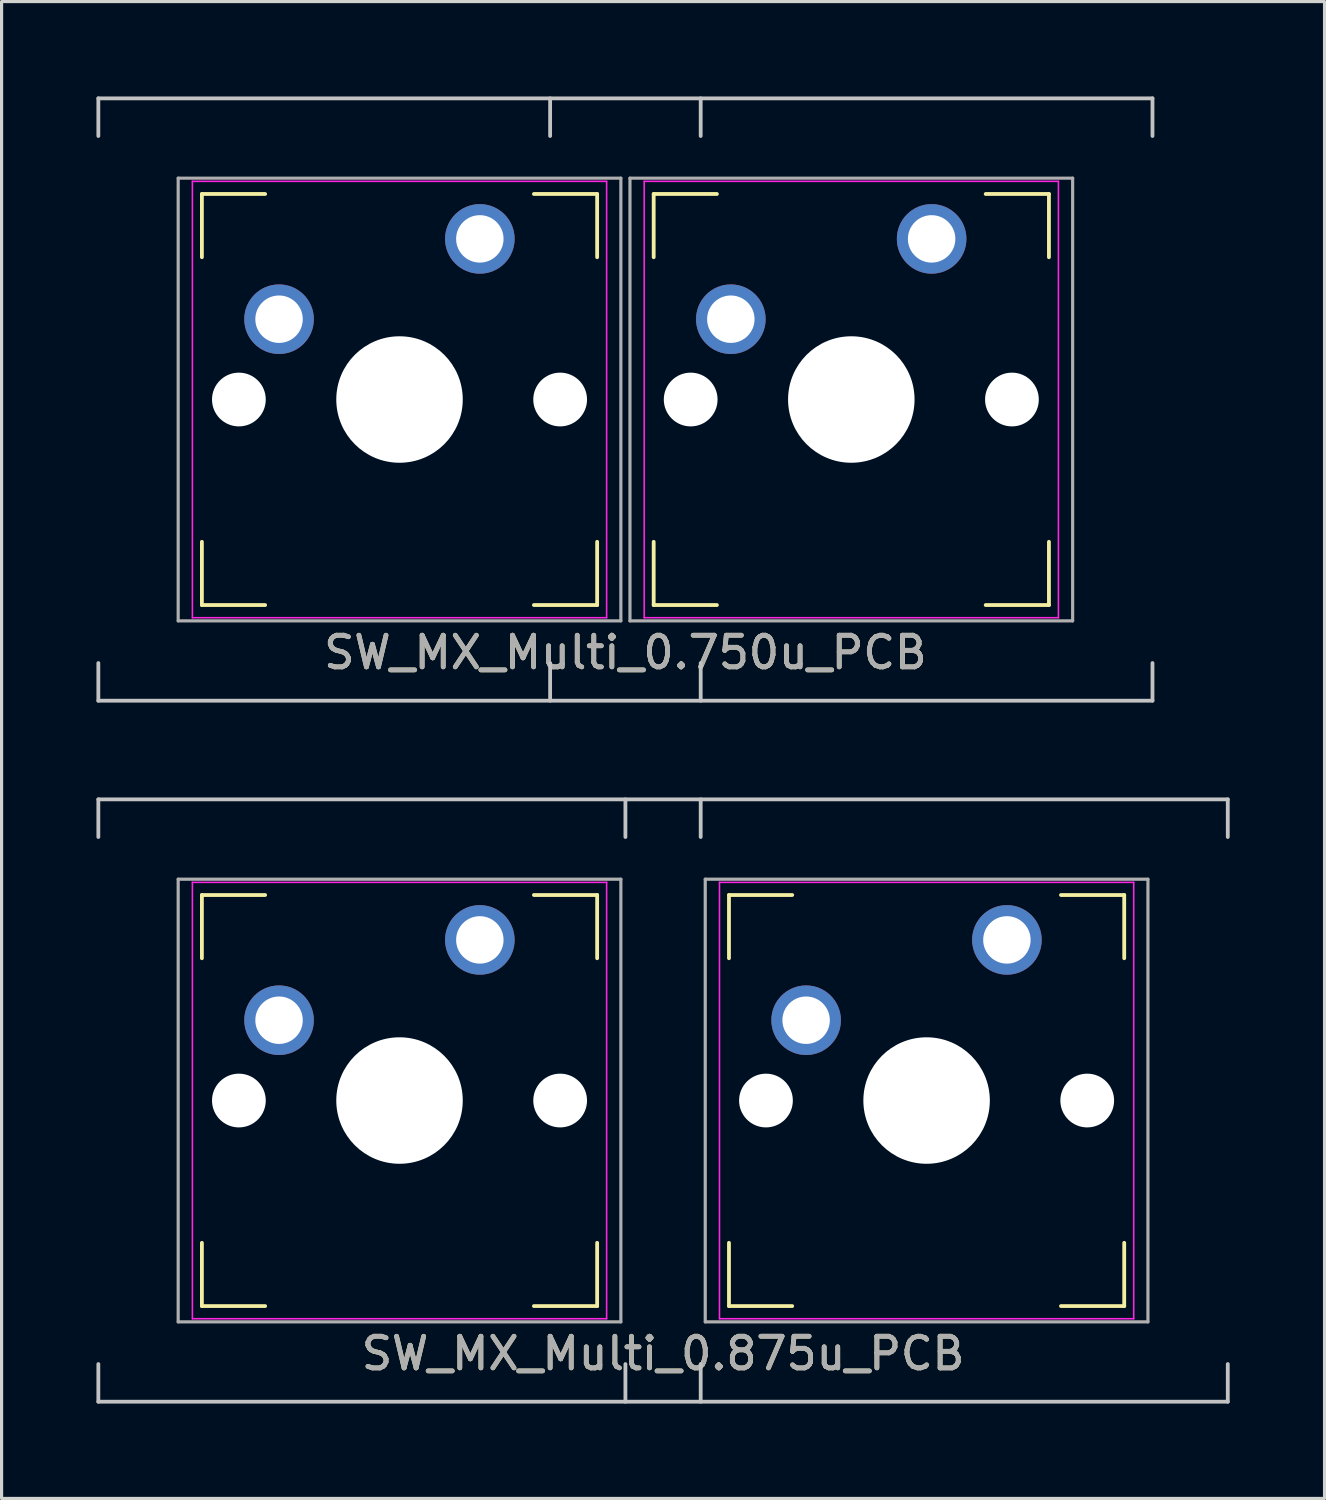
<source format=kicad_pcb>
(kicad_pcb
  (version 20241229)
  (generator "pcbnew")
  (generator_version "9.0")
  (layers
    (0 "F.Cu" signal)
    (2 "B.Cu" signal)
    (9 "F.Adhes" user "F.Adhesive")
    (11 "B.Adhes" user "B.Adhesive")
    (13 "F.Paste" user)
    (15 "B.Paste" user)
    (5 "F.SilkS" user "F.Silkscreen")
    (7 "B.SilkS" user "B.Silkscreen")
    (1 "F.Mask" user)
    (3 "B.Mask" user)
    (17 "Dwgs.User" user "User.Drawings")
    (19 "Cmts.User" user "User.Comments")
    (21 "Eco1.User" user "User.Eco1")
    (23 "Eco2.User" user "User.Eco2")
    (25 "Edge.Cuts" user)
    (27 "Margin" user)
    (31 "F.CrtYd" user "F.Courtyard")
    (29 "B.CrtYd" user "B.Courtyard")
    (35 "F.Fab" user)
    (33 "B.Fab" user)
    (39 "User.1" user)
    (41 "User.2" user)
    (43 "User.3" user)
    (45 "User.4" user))
  (footprint "SW_MX_Multi_0.875u_PCB"
    (layer "F.Cu")
    (at 16.729 31.755)
    (property "Reference" "SW_MX_Multi_0.875u_PCB" (at 1.191 8 0) (layer "F.SilkS") (effects (font (size 1 1) (thickness 0.15))))
    (attr through_hole)
    (fp_line (start -13.394 -6.5) (end -11.394 -6.5) (stroke (width 0.12) (type solid)) (layer "F.SilkS"))
    (fp_line (start -13.394 -4.5) (end -13.394 -6.5) (stroke (width 0.12) (type solid)) (layer "F.SilkS"))
    (fp_line (start -13.394 6.5) (end -13.394 4.5) (stroke (width 0.12) (type solid)) (layer "F.SilkS"))
    (fp_line (start -13.394 6.5) (end -11.394 6.5) (stroke (width 0.12) (type solid)) (layer "F.SilkS"))
    (fp_line (start -2.894 -6.5) (end -0.894 -6.5) (stroke (width 0.12) (type solid)) (layer "F.SilkS"))
    (fp_line (start -2.894 6.5) (end -0.894 6.5) (stroke (width 0.12) (type solid)) (layer "F.SilkS"))
    (fp_line (start -0.894 -4.5) (end -0.894 -6.5) (stroke (width 0.12) (type solid)) (layer "F.SilkS"))
    (fp_line (start -0.894 6.5) (end -0.894 4.5) (stroke (width 0.12) (type solid)) (layer "F.SilkS"))
    (fp_line (start 3.275 -6.5) (end 5.275 -6.5) (stroke (width 0.12) (type solid)) (layer "F.SilkS"))
    (fp_line (start 3.275 -4.5) (end 3.275 -6.5) (stroke (width 0.12) (type solid)) (layer "F.SilkS"))
    (fp_line (start 3.275 6.5) (end 3.275 4.5) (stroke (width 0.12) (type solid)) (layer "F.SilkS"))
    (fp_line (start 3.275 6.5) (end 5.275 6.5) (stroke (width 0.12) (type solid)) (layer "F.SilkS"))
    (fp_line (start 13.775 -6.5) (end 15.775 -6.5) (stroke (width 0.12) (type solid)) (layer "F.SilkS"))
    (fp_line (start 13.775 6.5) (end 15.775 6.5) (stroke (width 0.12) (type solid)) (layer "F.SilkS"))
    (fp_line (start 15.775 -4.5) (end 15.775 -6.5) (stroke (width 0.12) (type solid)) (layer "F.SilkS"))
    (fp_line (start 15.775 6.5) (end 15.775 4.5) (stroke (width 0.12) (type solid)) (layer "F.SilkS"))
    (fp_line (start -16.669 -9.525) (end 19.05 -9.525) (stroke (width 0.12) (type solid)) (layer "Dwgs.User"))
    (fp_line (start -16.669 -8.334) (end -16.669 -9.525) (stroke (width 0.12) (type solid)) (layer "Dwgs.User"))
    (fp_line (start -16.669 9.525) (end -16.669 8.334) (stroke (width 0.12) (type solid)) (layer "Dwgs.User"))
    (fp_line (start 0 -9.525) (end 0 -8.334) (stroke (width 0.12) (type solid)) (layer "Dwgs.User"))
    (fp_line (start 0 9.525) (end 0 8.334) (stroke (width 0.12) (type solid)) (layer "Dwgs.User"))
    (fp_line (start 2.381 -9.525) (end 2.381 -8.334) (stroke (width 0.12) (type solid)) (layer "Dwgs.User"))
    (fp_line (start 2.381 9.525) (end 2.381 8.334) (stroke (width 0.12) (type solid)) (layer "Dwgs.User"))
    (fp_line (start 19.05 -9.525) (end 19.05 -8.334) (stroke (width 0.12) (type solid)) (layer "Dwgs.User"))
    (fp_line (start 19.05 9.525) (end -16.669 9.525) (stroke (width 0.12) (type solid)) (layer "Dwgs.User"))
    (fp_line (start 19.05 9.525) (end 19.05 8.334) (stroke (width 0.12) (type solid)) (layer "Dwgs.User"))
    (fp_line (start -13.694 -6.9) (end -0.594 -6.9) (stroke (width 0.05) (type solid)) (layer "F.CrtYd"))
    (fp_line (start -13.694 6.9) (end -13.694 -6.9) (stroke (width 0.05) (type solid)) (layer "F.CrtYd"))
    (fp_line (start -0.594 -6.9) (end -0.594 6.9) (stroke (width 0.05) (type solid)) (layer "F.CrtYd"))
    (fp_line (start -0.594 6.9) (end -13.694 6.9) (stroke (width 0.05) (type solid)) (layer "F.CrtYd"))
    (fp_line (start 2.975 -6.9) (end 16.075 -6.9) (stroke (width 0.05) (type solid)) (layer "F.CrtYd"))
    (fp_line (start 2.975 6.9) (end 2.975 -6.9) (stroke (width 0.05) (type solid)) (layer "F.CrtYd"))
    (fp_line (start 16.075 -6.9) (end 16.075 6.9) (stroke (width 0.05) (type solid)) (layer "F.CrtYd"))
    (fp_line (start 16.075 6.9) (end 2.975 6.9) (stroke (width 0.05) (type solid)) (layer "F.CrtYd"))
    (fp_line (start -14.144 -7) (end -0.144 -7) (stroke (width 0.1) (type solid)) (layer "F.Fab"))
    (fp_line (start -14.144 7) (end -14.144 -7) (stroke (width 0.1) (type solid)) (layer "F.Fab"))
    (fp_line (start -0.144 -7) (end -0.144 7) (stroke (width 0.1) (type solid)) (layer "F.Fab"))
    (fp_line (start -0.144 7) (end -14.144 7) (stroke (width 0.1) (type solid)) (layer "F.Fab"))
    (fp_line (start 2.525 -7) (end 16.525 -7) (stroke (width 0.1) (type solid)) (layer "F.Fab"))
    (fp_line (start 2.525 7) (end 2.525 -7) (stroke (width 0.1) (type solid)) (layer "F.Fab"))
    (fp_line (start 16.525 -7) (end 16.525 7) (stroke (width 0.1) (type solid)) (layer "F.Fab"))
    (fp_line (start 16.525 7) (end 2.525 7) (stroke (width 0.1) (type solid)) (layer "F.Fab"))
    (fp_text user "${REFERENCE}" (at 1.191 8 0) (layer "F.Fab") (effects (font (size 1 1) (thickness 0.15))))
    (pad "" np_thru_hole circle (at -12.224 0) (size 1.7 1.7) (drill 1.7) (layers "*.Cu" "*.Mask"))
    (pad "" np_thru_hole circle (at -7.144 0) (size 4 4) (drill 4) (layers "*.Cu" "*.Mask"))
    (pad "" np_thru_hole circle (at -2.064 0) (size 1.7 1.7) (drill 1.7) (layers "*.Cu" "*.Mask"))
    (pad "" np_thru_hole circle (at 4.445 0) (size 1.7 1.7) (drill 1.7) (layers "*.Cu" "*.Mask"))
    (pad "" np_thru_hole circle (at 9.525 0) (size 4 4) (drill 4) (layers "*.Cu" "*.Mask"))
    (pad "" np_thru_hole circle (at 14.605 0) (size 1.7 1.7) (drill 1.7) (layers "*.Cu" "*.Mask"))
    (pad "1" thru_hole circle (at -4.604 -5.08) (size 2.2 2.2) (drill 1.5) (layers "*.Cu" "*.Mask"))
    (pad "1" thru_hole circle (at 12.065 -5.08) (size 2.2 2.2) (drill 1.5) (layers "*.Cu" "*.Mask"))
    (pad "2" thru_hole circle (at -10.954 -2.54) (size 2.2 2.2) (drill 1.5) (layers "*.Cu" "*.Mask"))
    (pad "2" thru_hole circle (at 5.715 -2.54) (size 2.2 2.2) (drill 1.5) (layers "*.Cu" "*.Mask")))
  (footprint "SW_MX_Multi_0.750u_PCB"
    (layer "F.Cu")
    (at 16.729 9.585)
    (property "Reference" "SW_MX_Multi_0.750u_PCB" (at 0.000005 8 0) (layer "F.SilkS") (effects (font (size 1 1) (thickness 0.15))))
    (attr through_hole)
    (fp_line (start -13.394 -6.5) (end -11.394 -6.5) (stroke (width 0.12) (type solid)) (layer "F.SilkS"))
    (fp_line (start -13.394 -4.5) (end -13.394 -6.5) (stroke (width 0.12) (type solid)) (layer "F.SilkS"))
    (fp_line (start -13.394 6.5) (end -13.394 4.5) (stroke (width 0.12) (type solid)) (layer "F.SilkS"))
    (fp_line (start -13.394 6.5) (end -11.394 6.5) (stroke (width 0.12) (type solid)) (layer "F.SilkS"))
    (fp_line (start -2.894 -6.5) (end -0.894 -6.5) (stroke (width 0.12) (type solid)) (layer "F.SilkS"))
    (fp_line (start -2.894 6.5) (end -0.894 6.5) (stroke (width 0.12) (type solid)) (layer "F.SilkS"))
    (fp_line (start -0.894 -4.5) (end -0.894 -6.5) (stroke (width 0.12) (type solid)) (layer "F.SilkS"))
    (fp_line (start -0.894 6.5) (end -0.894 4.5) (stroke (width 0.12) (type solid)) (layer "F.SilkS"))
    (fp_line (start 0.894 -6.5) (end 2.894 -6.5) (stroke (width 0.12) (type solid)) (layer "F.SilkS"))
    (fp_line (start 0.894 -4.5) (end 0.894 -6.5) (stroke (width 0.12) (type solid)) (layer "F.SilkS"))
    (fp_line (start 0.894 6.5) (end 0.894 4.5) (stroke (width 0.12) (type solid)) (layer "F.SilkS"))
    (fp_line (start 0.894 6.5) (end 2.894 6.5) (stroke (width 0.12) (type solid)) (layer "F.SilkS"))
    (fp_line (start 11.394 -6.5) (end 13.394 -6.5) (stroke (width 0.12) (type solid)) (layer "F.SilkS"))
    (fp_line (start 11.394 6.5) (end 13.394 6.5) (stroke (width 0.12) (type solid)) (layer "F.SilkS"))
    (fp_line (start 13.394 -4.5) (end 13.394 -6.5) (stroke (width 0.12) (type solid)) (layer "F.SilkS"))
    (fp_line (start 13.394 6.5) (end 13.394 4.5) (stroke (width 0.12) (type solid)) (layer "F.SilkS"))
    (fp_line (start -16.669 -9.525) (end 16.669 -9.525) (stroke (width 0.12) (type solid)) (layer "Dwgs.User"))
    (fp_line (start -16.669 -8.334) (end -16.669 -9.525) (stroke (width 0.12) (type solid)) (layer "Dwgs.User"))
    (fp_line (start -16.669 9.525) (end -16.669 8.334) (stroke (width 0.12) (type solid)) (layer "Dwgs.User"))
    (fp_line (start -2.381 -9.525) (end -2.381 -8.334) (stroke (width 0.12) (type solid)) (layer "Dwgs.User"))
    (fp_line (start -2.381 9.525) (end -2.381 8.334) (stroke (width 0.12) (type solid)) (layer "Dwgs.User"))
    (fp_line (start 2.381 -9.525) (end 2.381 -8.334) (stroke (width 0.12) (type solid)) (layer "Dwgs.User"))
    (fp_line (start 2.381 9.525) (end 2.381 8.334) (stroke (width 0.12) (type solid)) (layer "Dwgs.User"))
    (fp_line (start 16.669 -9.525) (end 16.669 -8.334) (stroke (width 0.12) (type solid)) (layer "Dwgs.User"))
    (fp_line (start 16.669 9.525) (end -16.669 9.525) (stroke (width 0.12) (type solid)) (layer "Dwgs.User"))
    (fp_line (start 16.669 9.525) (end 16.669 8.334) (stroke (width 0.12) (type solid)) (layer "Dwgs.User"))
    (fp_line (start -13.694 -6.9) (end -0.594 -6.9) (stroke (width 0.05) (type solid)) (layer "F.CrtYd"))
    (fp_line (start -13.694 6.9) (end -13.694 -6.9) (stroke (width 0.05) (type solid)) (layer "F.CrtYd"))
    (fp_line (start -0.594 -6.9) (end -0.594 6.9) (stroke (width 0.05) (type solid)) (layer "F.CrtYd"))
    (fp_line (start -0.594 6.9) (end -13.694 6.9) (stroke (width 0.05) (type solid)) (layer "F.CrtYd"))
    (fp_line (start 0.594 -6.9) (end 13.694 -6.9) (stroke (width 0.05) (type solid)) (layer "F.CrtYd"))
    (fp_line (start 0.594 6.9) (end 0.594 -6.9) (stroke (width 0.05) (type solid)) (layer "F.CrtYd"))
    (fp_line (start 13.694 -6.9) (end 13.694 6.9) (stroke (width 0.05) (type solid)) (layer "F.CrtYd"))
    (fp_line (start 13.694 6.9) (end 0.594 6.9) (stroke (width 0.05) (type solid)) (layer "F.CrtYd"))
    (fp_line (start -14.144 -7) (end -0.144 -7) (stroke (width 0.1) (type solid)) (layer "F.Fab"))
    (fp_line (start -14.144 7) (end -14.144 -7) (stroke (width 0.1) (type solid)) (layer "F.Fab"))
    (fp_line (start -0.144 -7) (end -0.144 7) (stroke (width 0.1) (type solid)) (layer "F.Fab"))
    (fp_line (start -0.144 7) (end -14.144 7) (stroke (width 0.1) (type solid)) (layer "F.Fab"))
    (fp_line (start 0.144 -7) (end 14.144 -7) (stroke (width 0.1) (type solid)) (layer "F.Fab"))
    (fp_line (start 0.144 7) (end 0.144 -7) (stroke (width 0.1) (type solid)) (layer "F.Fab"))
    (fp_line (start 14.144 -7) (end 14.144 7) (stroke (width 0.1) (type solid)) (layer "F.Fab"))
    (fp_line (start 14.144 7) (end 0.144 7) (stroke (width 0.1) (type solid)) (layer "F.Fab"))
    (fp_text user "${REFERENCE}" (at 0 8 0) (layer "F.Fab") (effects (font (size 1 1) (thickness 0.15))))
    (pad "" np_thru_hole circle (at -12.224 0) (size 1.7 1.7) (drill 1.7) (layers "*.Cu" "*.Mask"))
    (pad "" np_thru_hole circle (at -7.144 0) (size 4 4) (drill 4) (layers "*.Cu" "*.Mask"))
    (pad "" np_thru_hole circle (at -2.064 0) (size 1.7 1.7) (drill 1.7) (layers "*.Cu" "*.Mask"))
    (pad "" np_thru_hole circle (at 2.064 0) (size 1.7 1.7) (drill 1.7) (layers "*.Cu" "*.Mask"))
    (pad "" np_thru_hole circle (at 7.144 0) (size 4 4) (drill 4) (layers "*.Cu" "*.Mask"))
    (pad "" np_thru_hole circle (at 12.224 0) (size 1.7 1.7) (drill 1.7) (layers "*.Cu" "*.Mask"))
    (pad "1" thru_hole circle (at -4.604 -5.08) (size 2.2 2.2) (drill 1.5) (layers "*.Cu" "*.Mask"))
    (pad "1" thru_hole circle (at 9.684 -5.08) (size 2.2 2.2) (drill 1.5) (layers "*.Cu" "*.Mask"))
    (pad "2" thru_hole circle (at -10.954 -2.54) (size 2.2 2.2) (drill 1.5) (layers "*.Cu" "*.Mask"))
    (pad "2" thru_hole circle (at 3.334 -2.54) (size 2.2 2.2) (drill 1.5) (layers "*.Cu" "*.Mask")))
  (gr_rect
    (start -3 -3)
    (end 38.839 44.34)
    (stroke (width 0.1) (type default))
    (fill no)
    (layer "Edge.Cuts")))
</source>
